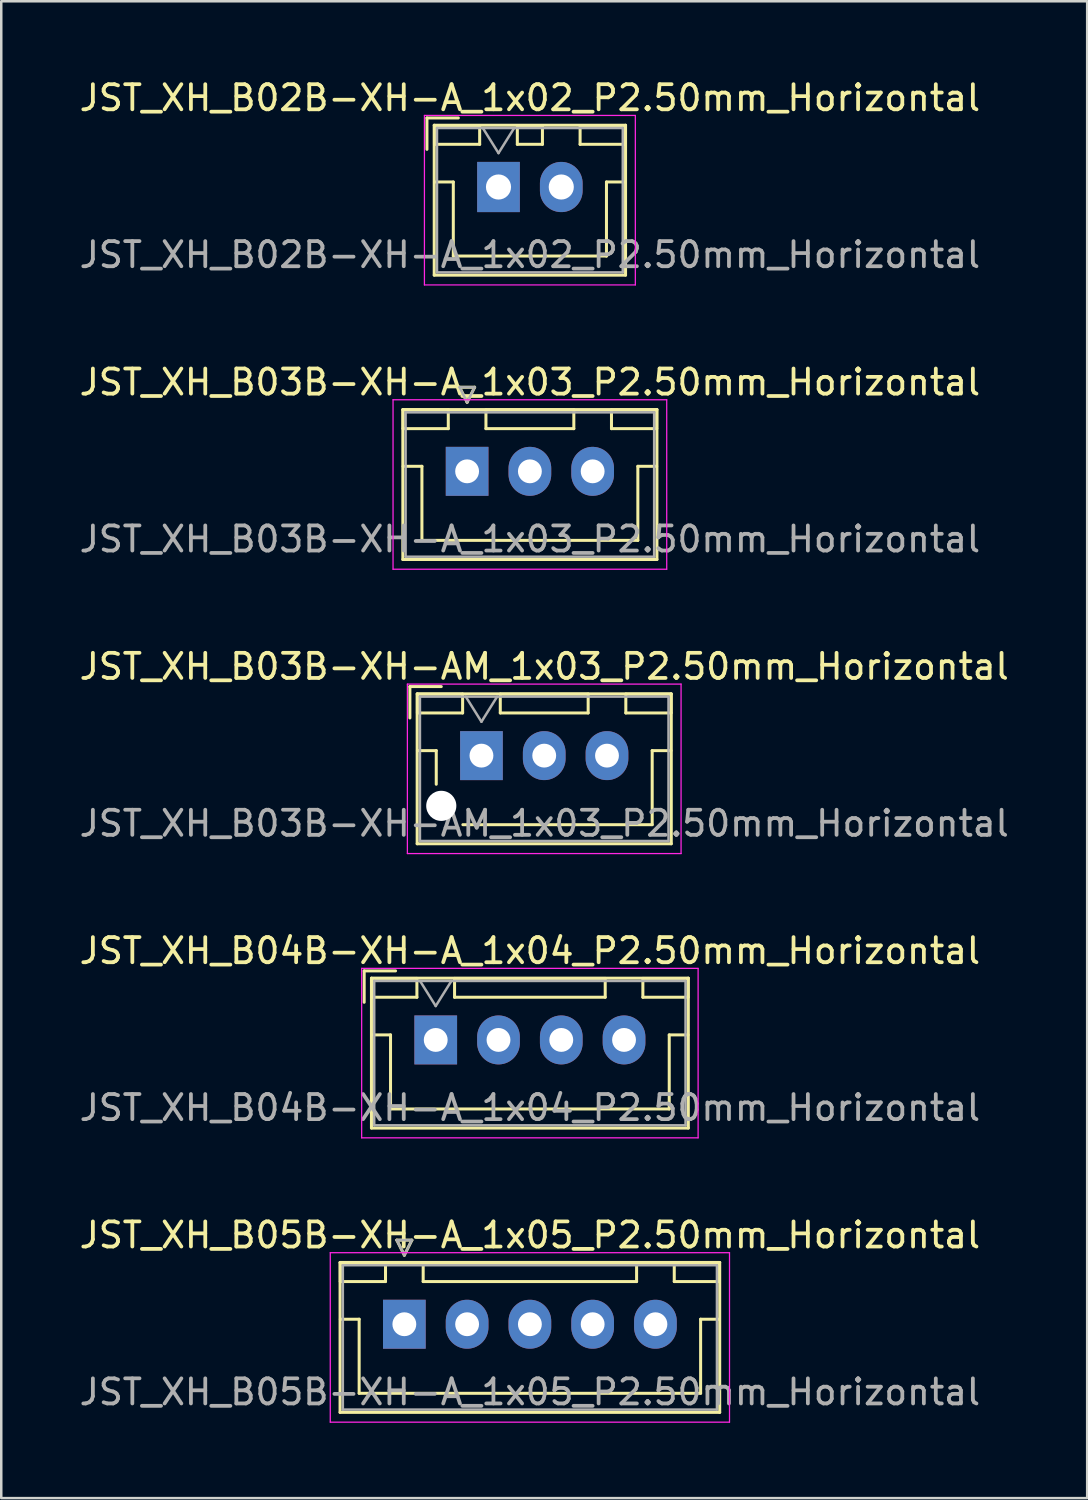
<source format=kicad_pcb>
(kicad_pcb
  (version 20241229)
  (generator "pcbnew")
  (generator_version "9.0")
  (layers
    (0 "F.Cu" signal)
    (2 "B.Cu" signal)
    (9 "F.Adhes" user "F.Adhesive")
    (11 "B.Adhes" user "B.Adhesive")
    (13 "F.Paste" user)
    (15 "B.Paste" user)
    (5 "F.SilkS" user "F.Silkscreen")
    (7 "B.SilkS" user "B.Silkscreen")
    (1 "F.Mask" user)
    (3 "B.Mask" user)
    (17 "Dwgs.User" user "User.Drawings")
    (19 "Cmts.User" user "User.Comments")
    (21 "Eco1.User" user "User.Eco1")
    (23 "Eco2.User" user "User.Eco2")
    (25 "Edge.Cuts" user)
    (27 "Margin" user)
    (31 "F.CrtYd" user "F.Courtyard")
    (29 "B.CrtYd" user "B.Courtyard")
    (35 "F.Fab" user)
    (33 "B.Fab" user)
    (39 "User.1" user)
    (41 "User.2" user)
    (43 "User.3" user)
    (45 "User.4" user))
  (footprint "JST_XH_B03B-XH-AM_1x03_P2.50mm_Horizontal"
    (layer "F.Cu")
    (at 16.125 27.045)
    (property "Reference" "JST_XH_B03B-XH-AM_1x03_P2.50mm_Horizontal" (at 2.5 -3.55 0) (layer "F.SilkS") (effects (font (size 1 1) (thickness 0.15))))
    (attr through_hole)
    (fp_line (start -2.85 -2.75) (end -2.85 -1.5) (stroke (width 0.12) (type solid)) (layer "F.SilkS"))
    (fp_line (start -2.56 -2.46) (end -2.56 3.51) (stroke (width 0.12) (type solid)) (layer "F.SilkS"))
    (fp_line (start -2.56 3.51) (end 7.56 3.51) (stroke (width 0.12) (type solid)) (layer "F.SilkS"))
    (fp_line (start -2.55 -2.45) (end -2.55 -1.7) (stroke (width 0.12) (type solid)) (layer "F.SilkS"))
    (fp_line (start -2.55 -1.7) (end -0.75 -1.7) (stroke (width 0.12) (type solid)) (layer "F.SilkS"))
    (fp_line (start -2.55 -0.2) (end -1.8 -0.2) (stroke (width 0.12) (type solid)) (layer "F.SilkS"))
    (fp_line (start -1.8 -0.2) (end -1.8 1.14) (stroke (width 0.12) (type solid)) (layer "F.SilkS"))
    (fp_line (start -1.6 -2.75) (end -2.85 -2.75) (stroke (width 0.12) (type solid)) (layer "F.SilkS"))
    (fp_line (start -0.75 -2.45) (end -2.55 -2.45) (stroke (width 0.12) (type solid)) (layer "F.SilkS"))
    (fp_line (start -0.75 -1.7) (end -0.75 -2.45) (stroke (width 0.12) (type solid)) (layer "F.SilkS"))
    (fp_line (start 0.75 -2.45) (end 0.75 -1.7) (stroke (width 0.12) (type solid)) (layer "F.SilkS"))
    (fp_line (start 0.75 -1.7) (end 4.25 -1.7) (stroke (width 0.12) (type solid)) (layer "F.SilkS"))
    (fp_line (start 2.5 2.75) (end -0.74 2.75) (stroke (width 0.12) (type solid)) (layer "F.SilkS"))
    (fp_line (start 4.25 -2.45) (end 0.75 -2.45) (stroke (width 0.12) (type solid)) (layer "F.SilkS"))
    (fp_line (start 4.25 -1.7) (end 4.25 -2.45) (stroke (width 0.12) (type solid)) (layer "F.SilkS"))
    (fp_line (start 5.75 -2.45) (end 5.75 -1.7) (stroke (width 0.12) (type solid)) (layer "F.SilkS"))
    (fp_line (start 5.75 -1.7) (end 7.55 -1.7) (stroke (width 0.12) (type solid)) (layer "F.SilkS"))
    (fp_line (start 6.8 -0.2) (end 6.8 2.75) (stroke (width 0.12) (type solid)) (layer "F.SilkS"))
    (fp_line (start 6.8 2.75) (end 2.5 2.75) (stroke (width 0.12) (type solid)) (layer "F.SilkS"))
    (fp_line (start 7.55 -2.45) (end 5.75 -2.45) (stroke (width 0.12) (type solid)) (layer "F.SilkS"))
    (fp_line (start 7.55 -1.7) (end 7.55 -2.45) (stroke (width 0.12) (type solid)) (layer "F.SilkS"))
    (fp_line (start 7.55 -0.2) (end 6.8 -0.2) (stroke (width 0.12) (type solid)) (layer "F.SilkS"))
    (fp_line (start 7.56 -2.46) (end -2.56 -2.46) (stroke (width 0.12) (type solid)) (layer "F.SilkS"))
    (fp_line (start 7.56 3.51) (end 7.56 -2.46) (stroke (width 0.12) (type solid)) (layer "F.SilkS"))
    (fp_line (start -2.95 -2.85) (end -2.95 3.9) (stroke (width 0.05) (type solid)) (layer "F.CrtYd"))
    (fp_line (start -2.95 3.9) (end 7.95 3.9) (stroke (width 0.05) (type solid)) (layer "F.CrtYd"))
    (fp_line (start 7.95 -2.85) (end -2.95 -2.85) (stroke (width 0.05) (type solid)) (layer "F.CrtYd"))
    (fp_line (start 7.95 3.9) (end 7.95 -2.85) (stroke (width 0.05) (type solid)) (layer "F.CrtYd"))
    (fp_line (start -2.45 -2.35) (end -2.45 3.4) (stroke (width 0.1) (type solid)) (layer "F.Fab"))
    (fp_line (start -2.45 3.4) (end 7.45 3.4) (stroke (width 0.1) (type solid)) (layer "F.Fab"))
    (fp_line (start -0.625 -2.35) (end 0 -1.35) (stroke (width 0.1) (type solid)) (layer "F.Fab"))
    (fp_line (start 0 -1.35) (end 0.625 -2.35) (stroke (width 0.1) (type solid)) (layer "F.Fab"))
    (fp_line (start 7.45 -2.35) (end -2.45 -2.35) (stroke (width 0.1) (type solid)) (layer "F.Fab"))
    (fp_line (start 7.45 3.4) (end 7.45 -2.35) (stroke (width 0.1) (type solid)) (layer "F.Fab"))
    (fp_text user "${REFERENCE}" (at 2.5 2.7 0) (layer "F.Fab") (effects (font (size 1 1) (thickness 0.15))))
    (pad "" np_thru_hole circle (at -1.6 2) (size 1.2 1.2) (drill 1.2) (layers "*.Cu" "*.Mask"))
    (pad "1" thru_hole rect (at 0 0) (size 1.7 1.95) (drill 0.95) (layers "*.Cu" "*.Mask"))
    (pad "2" thru_hole oval (at 2.5 0) (size 1.7 1.95) (drill 0.95) (layers "*.Cu" "*.Mask"))
    (pad "3" thru_hole oval (at 5 0) (size 1.7 1.95) (drill 0.95) (layers "*.Cu" "*.Mask")))
  (footprint "JST_XH_B05B-XH-A_1x05_P2.50mm_Horizontal"
    (layer "F.Cu")
    (at 13.054 49.691)
    (property "Reference" "JST_XH_B05B-XH-A_1x05_P2.50mm_Horizontal" (at 5 -3.55 0) (layer "F.SilkS") (effects (font (size 1 1) (thickness 0.15))))
    (attr through_hole)
    (fp_line (start -2.56 -2.46) (end -2.56 3.51) (stroke (width 0.12) (type solid)) (layer "F.SilkS"))
    (fp_line (start -2.56 3.51) (end 12.56 3.51) (stroke (width 0.12) (type solid)) (layer "F.SilkS"))
    (fp_line (start -2.55 -2.45) (end -2.55 -1.7) (stroke (width 0.12) (type solid)) (layer "F.SilkS"))
    (fp_line (start -2.55 -1.7) (end -0.75 -1.7) (stroke (width 0.12) (type solid)) (layer "F.SilkS"))
    (fp_line (start -2.55 -0.2) (end -1.8 -0.2) (stroke (width 0.12) (type solid)) (layer "F.SilkS"))
    (fp_line (start -1.8 -0.2) (end -1.8 2.75) (stroke (width 0.12) (type solid)) (layer "F.SilkS"))
    (fp_line (start -1.8 2.75) (end 5 2.75) (stroke (width 0.12) (type solid)) (layer "F.SilkS"))
    (fp_line (start -0.75 -2.45) (end -2.55 -2.45) (stroke (width 0.12) (type solid)) (layer "F.SilkS"))
    (fp_line (start -0.75 -1.7) (end -0.75 -2.45) (stroke (width 0.12) (type solid)) (layer "F.SilkS"))
    (fp_line (start -0.3 -3.35) (end 0.3 -3.35) (stroke (width 0.12) (type solid)) (layer "F.SilkS"))
    (fp_line (start 0 -2.75) (end -0.3 -3.35) (stroke (width 0.12) (type solid)) (layer "F.SilkS"))
    (fp_line (start 0.3 -3.35) (end 0 -2.75) (stroke (width 0.12) (type solid)) (layer "F.SilkS"))
    (fp_line (start 0.75 -2.45) (end 0.75 -1.7) (stroke (width 0.12) (type solid)) (layer "F.SilkS"))
    (fp_line (start 0.75 -1.7) (end 9.25 -1.7) (stroke (width 0.12) (type solid)) (layer "F.SilkS"))
    (fp_line (start 9.25 -2.45) (end 0.75 -2.45) (stroke (width 0.12) (type solid)) (layer "F.SilkS"))
    (fp_line (start 9.25 -1.7) (end 9.25 -2.45) (stroke (width 0.12) (type solid)) (layer "F.SilkS"))
    (fp_line (start 10.75 -2.45) (end 10.75 -1.7) (stroke (width 0.12) (type solid)) (layer "F.SilkS"))
    (fp_line (start 10.75 -1.7) (end 12.55 -1.7) (stroke (width 0.12) (type solid)) (layer "F.SilkS"))
    (fp_line (start 11.8 -0.2) (end 11.8 2.75) (stroke (width 0.12) (type solid)) (layer "F.SilkS"))
    (fp_line (start 11.8 2.75) (end 5 2.75) (stroke (width 0.12) (type solid)) (layer "F.SilkS"))
    (fp_line (start 12.55 -2.45) (end 10.75 -2.45) (stroke (width 0.12) (type solid)) (layer "F.SilkS"))
    (fp_line (start 12.55 -1.7) (end 12.55 -2.45) (stroke (width 0.12) (type solid)) (layer "F.SilkS"))
    (fp_line (start 12.55 -0.2) (end 11.8 -0.2) (stroke (width 0.12) (type solid)) (layer "F.SilkS"))
    (fp_line (start 12.56 -2.46) (end -2.56 -2.46) (stroke (width 0.12) (type solid)) (layer "F.SilkS"))
    (fp_line (start 12.56 3.51) (end 12.56 -2.46) (stroke (width 0.12) (type solid)) (layer "F.SilkS"))
    (fp_line (start -2.95 -2.85) (end -2.95 3.9) (stroke (width 0.05) (type solid)) (layer "F.CrtYd"))
    (fp_line (start -2.95 3.9) (end 12.95 3.9) (stroke (width 0.05) (type solid)) (layer "F.CrtYd"))
    (fp_line (start 12.95 -2.85) (end -2.95 -2.85) (stroke (width 0.05) (type solid)) (layer "F.CrtYd"))
    (fp_line (start 12.95 3.9) (end 12.95 -2.85) (stroke (width 0.05) (type solid)) (layer "F.CrtYd"))
    (fp_line (start -2.45 -2.35) (end -2.45 3.4) (stroke (width 0.1) (type solid)) (layer "F.Fab"))
    (fp_line (start -2.45 3.4) (end 12.45 3.4) (stroke (width 0.1) (type solid)) (layer "F.Fab"))
    (fp_line (start -0.3 -3.35) (end 0.3 -3.35) (stroke (width 0.1) (type solid)) (layer "F.Fab"))
    (fp_line (start 0 -2.75) (end -0.3 -3.35) (stroke (width 0.1) (type solid)) (layer "F.Fab"))
    (fp_line (start 0.3 -3.35) (end 0 -2.75) (stroke (width 0.1) (type solid)) (layer "F.Fab"))
    (fp_line (start 12.45 -2.35) (end -2.45 -2.35) (stroke (width 0.1) (type solid)) (layer "F.Fab"))
    (fp_line (start 12.45 3.4) (end 12.45 -2.35) (stroke (width 0.1) (type solid)) (layer "F.Fab"))
    (fp_text user "${REFERENCE}" (at 5 2.7 0) (layer "F.Fab") (effects (font (size 1 1) (thickness 0.15))))
    (pad "1" thru_hole rect (at 0 0) (size 1.7 1.95) (drill 0.95) (layers "*.Cu" "*.Mask"))
    (pad "2" thru_hole oval (at 2.5 0) (size 1.7 1.95) (drill 0.95) (layers "*.Cu" "*.Mask"))
    (pad "3" thru_hole oval (at 5 0) (size 1.7 1.95) (drill 0.95) (layers "*.Cu" "*.Mask"))
    (pad "4" thru_hole oval (at 7.5 0) (size 1.7 1.95) (drill 0.95) (layers "*.Cu" "*.Mask"))
    (pad "5" thru_hole oval (at 10 0) (size 1.7 1.95) (drill 0.95) (layers "*.Cu" "*.Mask")))
  (footprint "JST_XH_B04B-XH-A_1x04_P2.50mm_Horizontal"
    (layer "F.Cu")
    (at 14.304 38.368)
    (property "Reference" "JST_XH_B04B-XH-A_1x04_P2.50mm_Horizontal" (at 3.75 -3.55 0) (layer "F.SilkS") (effects (font (size 1 1) (thickness 0.15))))
    (attr through_hole)
    (fp_line (start -2.85 -2.75) (end -2.85 -1.5) (stroke (width 0.12) (type solid)) (layer "F.SilkS"))
    (fp_line (start -2.56 -2.46) (end -2.56 3.51) (stroke (width 0.12) (type solid)) (layer "F.SilkS"))
    (fp_line (start -2.56 3.51) (end 10.06 3.51) (stroke (width 0.12) (type solid)) (layer "F.SilkS"))
    (fp_line (start -2.55 -2.45) (end -2.55 -1.7) (stroke (width 0.12) (type solid)) (layer "F.SilkS"))
    (fp_line (start -2.55 -1.7) (end -0.75 -1.7) (stroke (width 0.12) (type solid)) (layer "F.SilkS"))
    (fp_line (start -2.55 -0.2) (end -1.8 -0.2) (stroke (width 0.12) (type solid)) (layer "F.SilkS"))
    (fp_line (start -1.8 -0.2) (end -1.8 2.75) (stroke (width 0.12) (type solid)) (layer "F.SilkS"))
    (fp_line (start -1.8 2.75) (end 3.75 2.75) (stroke (width 0.12) (type solid)) (layer "F.SilkS"))
    (fp_line (start -1.6 -2.75) (end -2.85 -2.75) (stroke (width 0.12) (type solid)) (layer "F.SilkS"))
    (fp_line (start -0.75 -2.45) (end -2.55 -2.45) (stroke (width 0.12) (type solid)) (layer "F.SilkS"))
    (fp_line (start -0.75 -1.7) (end -0.75 -2.45) (stroke (width 0.12) (type solid)) (layer "F.SilkS"))
    (fp_line (start 0.75 -2.45) (end 0.75 -1.7) (stroke (width 0.12) (type solid)) (layer "F.SilkS"))
    (fp_line (start 0.75 -1.7) (end 6.75 -1.7) (stroke (width 0.12) (type solid)) (layer "F.SilkS"))
    (fp_line (start 6.75 -2.45) (end 0.75 -2.45) (stroke (width 0.12) (type solid)) (layer "F.SilkS"))
    (fp_line (start 6.75 -1.7) (end 6.75 -2.45) (stroke (width 0.12) (type solid)) (layer "F.SilkS"))
    (fp_line (start 8.25 -2.45) (end 8.25 -1.7) (stroke (width 0.12) (type solid)) (layer "F.SilkS"))
    (fp_line (start 8.25 -1.7) (end 10.05 -1.7) (stroke (width 0.12) (type solid)) (layer "F.SilkS"))
    (fp_line (start 9.3 -0.2) (end 9.3 2.75) (stroke (width 0.12) (type solid)) (layer "F.SilkS"))
    (fp_line (start 9.3 2.75) (end 3.75 2.75) (stroke (width 0.12) (type solid)) (layer "F.SilkS"))
    (fp_line (start 10.05 -2.45) (end 8.25 -2.45) (stroke (width 0.12) (type solid)) (layer "F.SilkS"))
    (fp_line (start 10.05 -1.7) (end 10.05 -2.45) (stroke (width 0.12) (type solid)) (layer "F.SilkS"))
    (fp_line (start 10.05 -0.2) (end 9.3 -0.2) (stroke (width 0.12) (type solid)) (layer "F.SilkS"))
    (fp_line (start 10.06 -2.46) (end -2.56 -2.46) (stroke (width 0.12) (type solid)) (layer "F.SilkS"))
    (fp_line (start 10.06 3.51) (end 10.06 -2.46) (stroke (width 0.12) (type solid)) (layer "F.SilkS"))
    (fp_line (start -2.95 -2.85) (end -2.95 3.9) (stroke (width 0.05) (type solid)) (layer "F.CrtYd"))
    (fp_line (start -2.95 3.9) (end 10.45 3.9) (stroke (width 0.05) (type solid)) (layer "F.CrtYd"))
    (fp_line (start 10.45 -2.85) (end -2.95 -2.85) (stroke (width 0.05) (type solid)) (layer "F.CrtYd"))
    (fp_line (start 10.45 3.9) (end 10.45 -2.85) (stroke (width 0.05) (type solid)) (layer "F.CrtYd"))
    (fp_line (start -2.45 -2.35) (end -2.45 3.4) (stroke (width 0.1) (type solid)) (layer "F.Fab"))
    (fp_line (start -2.45 3.4) (end 9.95 3.4) (stroke (width 0.1) (type solid)) (layer "F.Fab"))
    (fp_line (start -0.625 -2.35) (end 0 -1.35) (stroke (width 0.1) (type solid)) (layer "F.Fab"))
    (fp_line (start 0 -1.35) (end 0.625 -2.35) (stroke (width 0.1) (type solid)) (layer "F.Fab"))
    (fp_line (start 9.95 -2.35) (end -2.45 -2.35) (stroke (width 0.1) (type solid)) (layer "F.Fab"))
    (fp_line (start 9.95 3.4) (end 9.95 -2.35) (stroke (width 0.1) (type solid)) (layer "F.Fab"))
    (fp_text user "${REFERENCE}" (at 3.75 2.7 0) (layer "F.Fab") (effects (font (size 1 1) (thickness 0.15))))
    (pad "1" thru_hole rect (at 0 0) (size 1.7 1.95) (drill 0.95) (layers "*.Cu" "*.Mask"))
    (pad "2" thru_hole oval (at 2.5 0) (size 1.7 1.95) (drill 0.95) (layers "*.Cu" "*.Mask"))
    (pad "3" thru_hole oval (at 5 0) (size 1.7 1.95) (drill 0.95) (layers "*.Cu" "*.Mask"))
    (pad "4" thru_hole oval (at 7.5 0) (size 1.7 1.95) (drill 0.95) (layers "*.Cu" "*.Mask")))
  (footprint "JST_XH_B02B-XH-A_1x02_P2.50mm_Horizontal"
    (layer "F.Cu")
    (at 16.804 4.398)
    (property "Reference" "JST_XH_B02B-XH-A_1x02_P2.50mm_Horizontal" (at 1.25 -3.55 0) (layer "F.SilkS") (effects (font (size 1 1) (thickness 0.15))))
    (attr through_hole)
    (fp_line (start -2.85 -2.75) (end -2.85 -1.5) (stroke (width 0.12) (type solid)) (layer "F.SilkS"))
    (fp_line (start -2.56 -2.46) (end -2.56 3.51) (stroke (width 0.12) (type solid)) (layer "F.SilkS"))
    (fp_line (start -2.56 3.51) (end 5.06 3.51) (stroke (width 0.12) (type solid)) (layer "F.SilkS"))
    (fp_line (start -2.55 -2.45) (end -2.55 -1.7) (stroke (width 0.12) (type solid)) (layer "F.SilkS"))
    (fp_line (start -2.55 -1.7) (end -0.75 -1.7) (stroke (width 0.12) (type solid)) (layer "F.SilkS"))
    (fp_line (start -2.55 -0.2) (end -1.8 -0.2) (stroke (width 0.12) (type solid)) (layer "F.SilkS"))
    (fp_line (start -1.8 -0.2) (end -1.8 2.75) (stroke (width 0.12) (type solid)) (layer "F.SilkS"))
    (fp_line (start -1.8 2.75) (end 1.25 2.75) (stroke (width 0.12) (type solid)) (layer "F.SilkS"))
    (fp_line (start -1.6 -2.75) (end -2.85 -2.75) (stroke (width 0.12) (type solid)) (layer "F.SilkS"))
    (fp_line (start -0.75 -2.45) (end -2.55 -2.45) (stroke (width 0.12) (type solid)) (layer "F.SilkS"))
    (fp_line (start -0.75 -1.7) (end -0.75 -2.45) (stroke (width 0.12) (type solid)) (layer "F.SilkS"))
    (fp_line (start 0.75 -2.45) (end 0.75 -1.7) (stroke (width 0.12) (type solid)) (layer "F.SilkS"))
    (fp_line (start 0.75 -1.7) (end 1.75 -1.7) (stroke (width 0.12) (type solid)) (layer "F.SilkS"))
    (fp_line (start 1.75 -2.45) (end 0.75 -2.45) (stroke (width 0.12) (type solid)) (layer "F.SilkS"))
    (fp_line (start 1.75 -1.7) (end 1.75 -2.45) (stroke (width 0.12) (type solid)) (layer "F.SilkS"))
    (fp_line (start 3.25 -2.45) (end 3.25 -1.7) (stroke (width 0.12) (type solid)) (layer "F.SilkS"))
    (fp_line (start 3.25 -1.7) (end 5.05 -1.7) (stroke (width 0.12) (type solid)) (layer "F.SilkS"))
    (fp_line (start 4.3 -0.2) (end 4.3 2.75) (stroke (width 0.12) (type solid)) (layer "F.SilkS"))
    (fp_line (start 4.3 2.75) (end 1.25 2.75) (stroke (width 0.12) (type solid)) (layer "F.SilkS"))
    (fp_line (start 5.05 -2.45) (end 3.25 -2.45) (stroke (width 0.12) (type solid)) (layer "F.SilkS"))
    (fp_line (start 5.05 -1.7) (end 5.05 -2.45) (stroke (width 0.12) (type solid)) (layer "F.SilkS"))
    (fp_line (start 5.05 -0.2) (end 4.3 -0.2) (stroke (width 0.12) (type solid)) (layer "F.SilkS"))
    (fp_line (start 5.06 -2.46) (end -2.56 -2.46) (stroke (width 0.12) (type solid)) (layer "F.SilkS"))
    (fp_line (start 5.06 3.51) (end 5.06 -2.46) (stroke (width 0.12) (type solid)) (layer "F.SilkS"))
    (fp_line (start -2.95 -2.85) (end -2.95 3.9) (stroke (width 0.05) (type solid)) (layer "F.CrtYd"))
    (fp_line (start -2.95 3.9) (end 5.45 3.9) (stroke (width 0.05) (type solid)) (layer "F.CrtYd"))
    (fp_line (start 5.45 -2.85) (end -2.95 -2.85) (stroke (width 0.05) (type solid)) (layer "F.CrtYd"))
    (fp_line (start 5.45 3.9) (end 5.45 -2.85) (stroke (width 0.05) (type solid)) (layer "F.CrtYd"))
    (fp_line (start -2.45 -2.35) (end -2.45 3.4) (stroke (width 0.1) (type solid)) (layer "F.Fab"))
    (fp_line (start -2.45 3.4) (end 4.95 3.4) (stroke (width 0.1) (type solid)) (layer "F.Fab"))
    (fp_line (start -0.625 -2.35) (end 0 -1.35) (stroke (width 0.1) (type solid)) (layer "F.Fab"))
    (fp_line (start 0 -1.35) (end 0.625 -2.35) (stroke (width 0.1) (type solid)) (layer "F.Fab"))
    (fp_line (start 4.95 -2.35) (end -2.45 -2.35) (stroke (width 0.1) (type solid)) (layer "F.Fab"))
    (fp_line (start 4.95 3.4) (end 4.95 -2.35) (stroke (width 0.1) (type solid)) (layer "F.Fab"))
    (fp_text user "${REFERENCE}" (at 1.25 2.7 0) (layer "F.Fab") (effects (font (size 1 1) (thickness 0.15))))
    (pad "1" thru_hole rect (at 0 0) (size 1.7 2) (drill 1) (layers "*.Cu" "*.Mask"))
    (pad "2" thru_hole oval (at 2.5 0) (size 1.7 2) (drill 1) (layers "*.Cu" "*.Mask")))
  (footprint "JST_XH_B03B-XH-A_1x03_P2.50mm_Horizontal"
    (layer "F.Cu")
    (at 15.554 15.722)
    (property "Reference" "JST_XH_B03B-XH-A_1x03_P2.50mm_Horizontal" (at 2.5 -3.55 0) (layer "F.SilkS") (effects (font (size 1 1) (thickness 0.15))))
    (attr through_hole)
    (fp_line (start -2.56 -2.46) (end -2.56 3.51) (stroke (width 0.12) (type solid)) (layer "F.SilkS"))
    (fp_line (start -2.56 3.51) (end 7.56 3.51) (stroke (width 0.12) (type solid)) (layer "F.SilkS"))
    (fp_line (start -2.55 -2.45) (end -2.55 -1.7) (stroke (width 0.12) (type solid)) (layer "F.SilkS"))
    (fp_line (start -2.55 -1.7) (end -0.75 -1.7) (stroke (width 0.12) (type solid)) (layer "F.SilkS"))
    (fp_line (start -2.55 -0.2) (end -1.8 -0.2) (stroke (width 0.12) (type solid)) (layer "F.SilkS"))
    (fp_line (start -1.8 -0.2) (end -1.8 2.75) (stroke (width 0.12) (type solid)) (layer "F.SilkS"))
    (fp_line (start -1.8 2.75) (end 2.5 2.75) (stroke (width 0.12) (type solid)) (layer "F.SilkS"))
    (fp_line (start -0.75 -2.45) (end -2.55 -2.45) (stroke (width 0.12) (type solid)) (layer "F.SilkS"))
    (fp_line (start -0.75 -1.7) (end -0.75 -2.45) (stroke (width 0.12) (type solid)) (layer "F.SilkS"))
    (fp_line (start -0.3 -3.35) (end 0.3 -3.35) (stroke (width 0.12) (type solid)) (layer "F.SilkS"))
    (fp_line (start 0 -2.75) (end -0.3 -3.35) (stroke (width 0.12) (type solid)) (layer "F.SilkS"))
    (fp_line (start 0.3 -3.35) (end 0 -2.75) (stroke (width 0.12) (type solid)) (layer "F.SilkS"))
    (fp_line (start 0.75 -2.45) (end 0.75 -1.7) (stroke (width 0.12) (type solid)) (layer "F.SilkS"))
    (fp_line (start 0.75 -1.7) (end 4.25 -1.7) (stroke (width 0.12) (type solid)) (layer "F.SilkS"))
    (fp_line (start 4.25 -2.45) (end 0.75 -2.45) (stroke (width 0.12) (type solid)) (layer "F.SilkS"))
    (fp_line (start 4.25 -1.7) (end 4.25 -2.45) (stroke (width 0.12) (type solid)) (layer "F.SilkS"))
    (fp_line (start 5.75 -2.45) (end 5.75 -1.7) (stroke (width 0.12) (type solid)) (layer "F.SilkS"))
    (fp_line (start 5.75 -1.7) (end 7.55 -1.7) (stroke (width 0.12) (type solid)) (layer "F.SilkS"))
    (fp_line (start 6.8 -0.2) (end 6.8 2.75) (stroke (width 0.12) (type solid)) (layer "F.SilkS"))
    (fp_line (start 6.8 2.75) (end 2.5 2.75) (stroke (width 0.12) (type solid)) (layer "F.SilkS"))
    (fp_line (start 7.55 -2.45) (end 5.75 -2.45) (stroke (width 0.12) (type solid)) (layer "F.SilkS"))
    (fp_line (start 7.55 -1.7) (end 7.55 -2.45) (stroke (width 0.12) (type solid)) (layer "F.SilkS"))
    (fp_line (start 7.55 -0.2) (end 6.8 -0.2) (stroke (width 0.12) (type solid)) (layer "F.SilkS"))
    (fp_line (start 7.56 -2.46) (end -2.56 -2.46) (stroke (width 0.12) (type solid)) (layer "F.SilkS"))
    (fp_line (start 7.56 3.51) (end 7.56 -2.46) (stroke (width 0.12) (type solid)) (layer "F.SilkS"))
    (fp_line (start -2.95 -2.85) (end -2.95 3.9) (stroke (width 0.05) (type solid)) (layer "F.CrtYd"))
    (fp_line (start -2.95 3.9) (end 7.95 3.9) (stroke (width 0.05) (type solid)) (layer "F.CrtYd"))
    (fp_line (start 7.95 -2.85) (end -2.95 -2.85) (stroke (width 0.05) (type solid)) (layer "F.CrtYd"))
    (fp_line (start 7.95 3.9) (end 7.95 -2.85) (stroke (width 0.05) (type solid)) (layer "F.CrtYd"))
    (fp_line (start -2.45 -2.35) (end -2.45 3.4) (stroke (width 0.1) (type solid)) (layer "F.Fab"))
    (fp_line (start -2.45 3.4) (end 7.45 3.4) (stroke (width 0.1) (type solid)) (layer "F.Fab"))
    (fp_line (start -0.3 -3.35) (end 0.3 -3.35) (stroke (width 0.1) (type solid)) (layer "F.Fab"))
    (fp_line (start 0 -2.75) (end -0.3 -3.35) (stroke (width 0.1) (type solid)) (layer "F.Fab"))
    (fp_line (start 0.3 -3.35) (end 0 -2.75) (stroke (width 0.1) (type solid)) (layer "F.Fab"))
    (fp_line (start 7.45 -2.35) (end -2.45 -2.35) (stroke (width 0.1) (type solid)) (layer "F.Fab"))
    (fp_line (start 7.45 3.4) (end 7.45 -2.35) (stroke (width 0.1) (type solid)) (layer "F.Fab"))
    (fp_text user "${REFERENCE}" (at 2.5 2.7 0) (layer "F.Fab") (effects (font (size 1 1) (thickness 0.15))))
    (pad "1" thru_hole rect (at 0 0) (size 1.7 1.95) (drill 0.95) (layers "*.Cu" "*.Mask"))
    (pad "2" thru_hole oval (at 2.5 0) (size 1.7 1.95) (drill 0.95) (layers "*.Cu" "*.Mask"))
    (pad "3" thru_hole oval (at 5 0) (size 1.7 1.95) (drill 0.95) (layers "*.Cu" "*.Mask")))
  (gr_rect
    (start -3 -3)
    (end 40.25 56.616)
    (stroke (width 0.1) (type default))
    (fill no)
    (layer "Edge.Cuts")))
</source>
